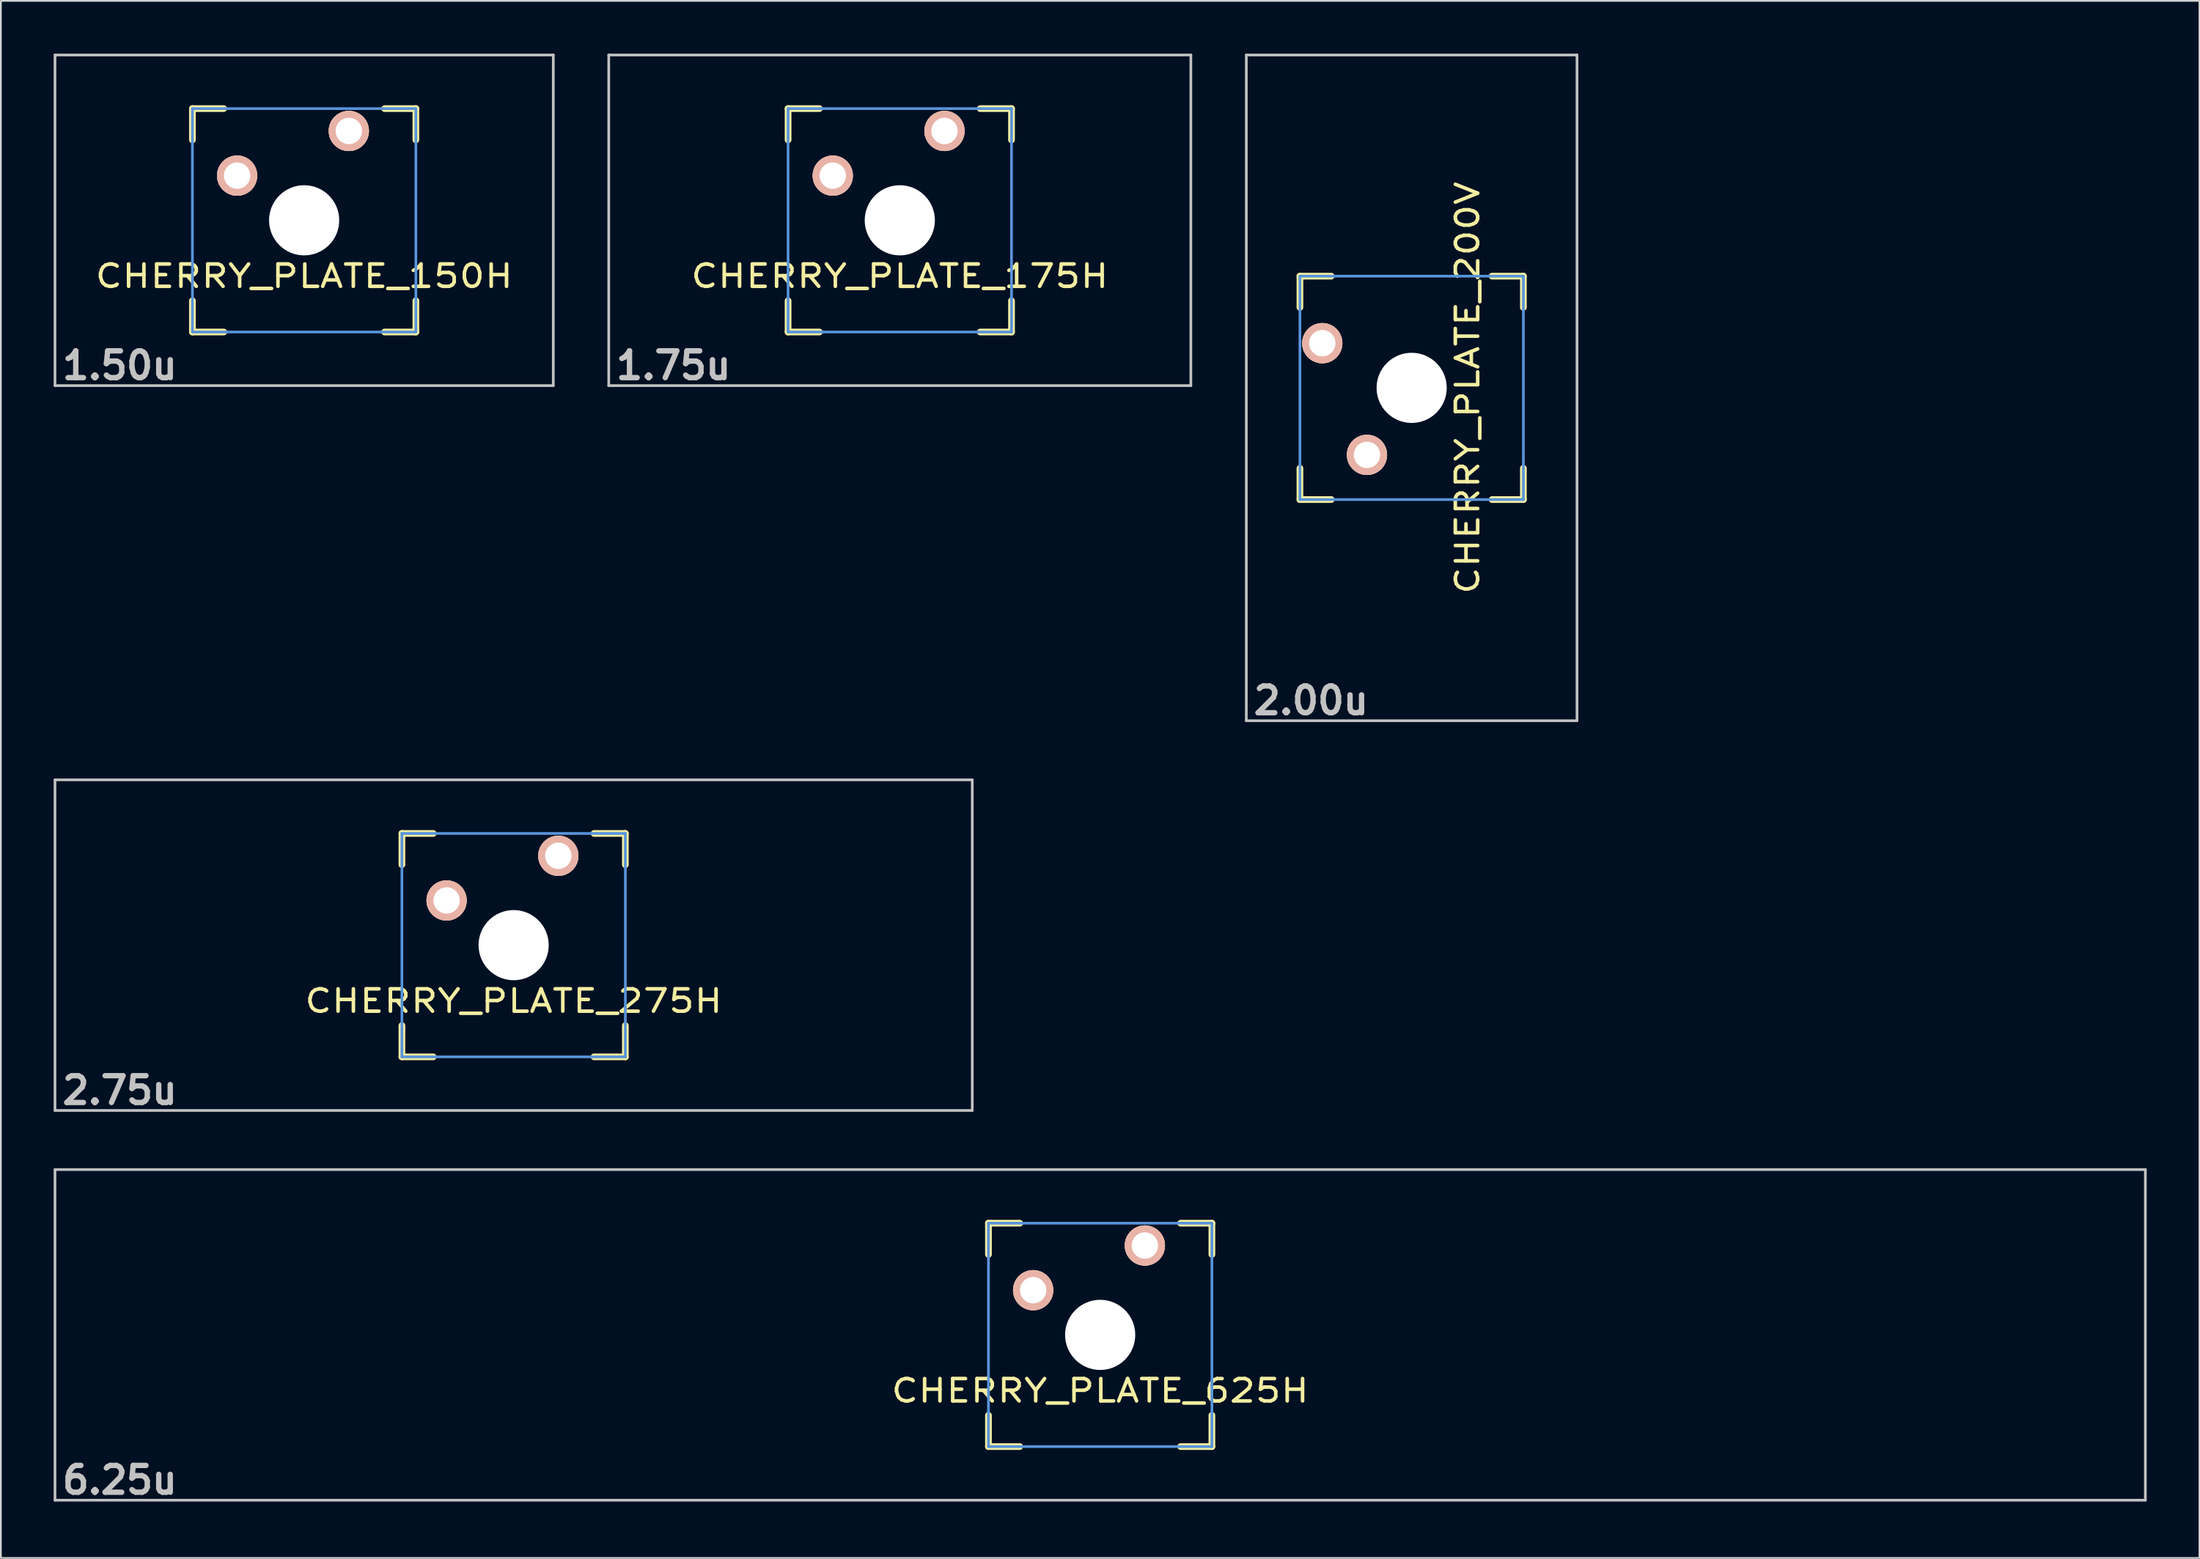
<source format=kicad_pcb>
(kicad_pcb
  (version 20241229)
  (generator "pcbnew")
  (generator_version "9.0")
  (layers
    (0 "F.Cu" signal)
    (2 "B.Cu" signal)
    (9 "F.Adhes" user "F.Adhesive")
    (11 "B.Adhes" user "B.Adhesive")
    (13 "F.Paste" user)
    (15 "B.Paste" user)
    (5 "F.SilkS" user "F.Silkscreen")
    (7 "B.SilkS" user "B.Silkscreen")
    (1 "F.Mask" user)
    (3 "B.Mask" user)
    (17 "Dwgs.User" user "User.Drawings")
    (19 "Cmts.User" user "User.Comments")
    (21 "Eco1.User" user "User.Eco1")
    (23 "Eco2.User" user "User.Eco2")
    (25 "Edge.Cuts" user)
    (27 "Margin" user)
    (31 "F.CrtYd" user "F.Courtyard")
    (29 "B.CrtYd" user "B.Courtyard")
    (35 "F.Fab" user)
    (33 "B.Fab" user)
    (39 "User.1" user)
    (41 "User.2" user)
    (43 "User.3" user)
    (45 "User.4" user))
  (footprint "CHERRY_PLATE_200V"
    (layer "F.Cu")
    (at 77.186 18.999)
    (property "Reference" "CHERRY_PLATE_200V" (at 3.175 0 90) (layer "F.SilkS") (effects (font (size 1.27 1.524) (thickness 0.203))))
    (attr through_hole)
    (fp_line (start -6.35 -6.35) (end -4.572 -6.35) (stroke (width 0.381) (type solid)) (layer "F.SilkS"))
    (fp_line (start -6.35 -4.572) (end -6.35 -6.35) (stroke (width 0.381) (type solid)) (layer "F.SilkS"))
    (fp_line (start -6.35 6.35) (end -6.35 4.572) (stroke (width 0.381) (type solid)) (layer "F.SilkS"))
    (fp_line (start -4.572 6.35) (end -6.35 6.35) (stroke (width 0.381) (type solid)) (layer "F.SilkS"))
    (fp_line (start 4.572 -6.35) (end 6.35 -6.35) (stroke (width 0.381) (type solid)) (layer "F.SilkS"))
    (fp_line (start 6.35 -6.35) (end 6.35 -4.572) (stroke (width 0.381) (type solid)) (layer "F.SilkS"))
    (fp_line (start 6.35 4.572) (end 6.35 6.35) (stroke (width 0.381) (type solid)) (layer "F.SilkS"))
    (fp_line (start 6.35 6.35) (end 4.572 6.35) (stroke (width 0.381) (type solid)) (layer "F.SilkS"))
    (fp_line (start -9.398 -18.923) (end 9.398 -18.923) (stroke (width 0.152) (type solid)) (layer "Dwgs.User"))
    (fp_line (start -9.398 18.923) (end -9.398 -18.923) (stroke (width 0.152) (type solid)) (layer "Dwgs.User"))
    (fp_line (start 9.398 -18.923) (end 9.398 18.923) (stroke (width 0.152) (type solid)) (layer "Dwgs.User"))
    (fp_line (start 9.398 18.923) (end -9.398 18.923) (stroke (width 0.152) (type solid)) (layer "Dwgs.User"))
    (fp_line (start -6.35 -6.35) (end 6.35 -6.35) (stroke (width 0.152) (type solid)) (layer "Cmts.User"))
    (fp_line (start -6.35 6.35) (end -6.35 -6.35) (stroke (width 0.152) (type solid)) (layer "Cmts.User"))
    (fp_line (start 6.35 -6.35) (end 6.35 6.35) (stroke (width 0.152) (type solid)) (layer "Cmts.User"))
    (fp_line (start 6.35 6.35) (end -6.35 6.35) (stroke (width 0.152) (type solid)) (layer "Cmts.User"))
    (fp_text user "2.00u" (at -5.715 17.78 0) (layer "Dwgs.User") (effects (font (size 1.524 1.524) (thickness 0.305))))
    (pad "" np_thru_hole circle (at 0 0 90) (size 3.988 3.988) (drill 3.988) (layers "*.Cu"))
    (pad "1" thru_hole circle (at -5.08 -2.54 90) (size 2.286 2.286) (drill 1.499) (layers "*.Cu" "*.SilkS" "*.Mask"))
    (pad "2" thru_hole circle (at -2.54 3.81 90) (size 2.286 2.286) (drill 1.499) (layers "*.Cu" "*.SilkS" "*.Mask")))
  (footprint "CHERRY_PLATE_150H"
    (layer "F.Cu")
    (at 14.237 9.474)
    (property "Reference" "CHERRY_PLATE_150H" (at 0 3.175 0) (layer "F.SilkS") (effects (font (size 1.27 1.524) (thickness 0.203))))
    (attr through_hole)
    (fp_line (start -6.35 -6.35) (end -4.572 -6.35) (stroke (width 0.381) (type solid)) (layer "F.SilkS"))
    (fp_line (start -6.35 -4.572) (end -6.35 -6.35) (stroke (width 0.381) (type solid)) (layer "F.SilkS"))
    (fp_line (start -6.35 6.35) (end -6.35 4.572) (stroke (width 0.381) (type solid)) (layer "F.SilkS"))
    (fp_line (start -4.572 6.35) (end -6.35 6.35) (stroke (width 0.381) (type solid)) (layer "F.SilkS"))
    (fp_line (start 4.572 -6.35) (end 6.35 -6.35) (stroke (width 0.381) (type solid)) (layer "F.SilkS"))
    (fp_line (start 6.35 -6.35) (end 6.35 -4.572) (stroke (width 0.381) (type solid)) (layer "F.SilkS"))
    (fp_line (start 6.35 4.572) (end 6.35 6.35) (stroke (width 0.381) (type solid)) (layer "F.SilkS"))
    (fp_line (start 6.35 6.35) (end 4.572 6.35) (stroke (width 0.381) (type solid)) (layer "F.SilkS"))
    (fp_line (start -14.161 -9.398) (end 14.161 -9.398) (stroke (width 0.152) (type solid)) (layer "Dwgs.User"))
    (fp_line (start -14.161 9.398) (end -14.161 -9.398) (stroke (width 0.152) (type solid)) (layer "Dwgs.User"))
    (fp_line (start 14.161 -9.398) (end 14.161 9.398) (stroke (width 0.152) (type solid)) (layer "Dwgs.User"))
    (fp_line (start 14.161 9.398) (end -14.161 9.398) (stroke (width 0.152) (type solid)) (layer "Dwgs.User"))
    (fp_line (start -6.35 -6.35) (end 6.35 -6.35) (stroke (width 0.152) (type solid)) (layer "Cmts.User"))
    (fp_line (start -6.35 6.35) (end -6.35 -6.35) (stroke (width 0.152) (type solid)) (layer "Cmts.User"))
    (fp_line (start 6.35 -6.35) (end 6.35 6.35) (stroke (width 0.152) (type solid)) (layer "Cmts.User"))
    (fp_line (start 6.35 6.35) (end -6.35 6.35) (stroke (width 0.152) (type solid)) (layer "Cmts.User"))
    (fp_text user "1.50u" (at -10.477 8.255 0) (layer "Dwgs.User") (effects (font (size 1.524 1.524) (thickness 0.305))))
    (pad "" np_thru_hole circle (at 0 0) (size 3.988 3.988) (drill 3.988) (layers "*.Cu"))
    (pad "1" thru_hole circle (at 2.54 -5.08) (size 2.286 2.286) (drill 1.499) (layers "*.Cu" "*.SilkS" "*.Mask"))
    (pad "2" thru_hole circle (at -3.81 -2.54) (size 2.286 2.286) (drill 1.499) (layers "*.Cu" "*.SilkS" "*.Mask")))
  (footprint "CHERRY_PLATE_175H"
    (layer "F.Cu")
    (at 48.093 9.474)
    (property "Reference" "CHERRY_PLATE_175H" (at 0 3.175 0) (layer "F.SilkS") (effects (font (size 1.27 1.524) (thickness 0.203))))
    (attr through_hole)
    (fp_line (start -6.35 -6.35) (end -4.572 -6.35) (stroke (width 0.381) (type solid)) (layer "F.SilkS"))
    (fp_line (start -6.35 -4.572) (end -6.35 -6.35) (stroke (width 0.381) (type solid)) (layer "F.SilkS"))
    (fp_line (start -6.35 6.35) (end -6.35 4.572) (stroke (width 0.381) (type solid)) (layer "F.SilkS"))
    (fp_line (start -4.572 6.35) (end -6.35 6.35) (stroke (width 0.381) (type solid)) (layer "F.SilkS"))
    (fp_line (start 4.572 -6.35) (end 6.35 -6.35) (stroke (width 0.381) (type solid)) (layer "F.SilkS"))
    (fp_line (start 6.35 -6.35) (end 6.35 -4.572) (stroke (width 0.381) (type solid)) (layer "F.SilkS"))
    (fp_line (start 6.35 4.572) (end 6.35 6.35) (stroke (width 0.381) (type solid)) (layer "F.SilkS"))
    (fp_line (start 6.35 6.35) (end 4.572 6.35) (stroke (width 0.381) (type solid)) (layer "F.SilkS"))
    (fp_line (start -16.543 -9.398) (end 16.543 -9.398) (stroke (width 0.152) (type solid)) (layer "Dwgs.User"))
    (fp_line (start -16.543 9.398) (end -16.543 -9.398) (stroke (width 0.152) (type solid)) (layer "Dwgs.User"))
    (fp_line (start 16.543 -9.398) (end 16.543 9.398) (stroke (width 0.152) (type solid)) (layer "Dwgs.User"))
    (fp_line (start 16.543 9.398) (end -16.543 9.398) (stroke (width 0.152) (type solid)) (layer "Dwgs.User"))
    (fp_line (start -6.35 -6.35) (end 6.35 -6.35) (stroke (width 0.152) (type solid)) (layer "Cmts.User"))
    (fp_line (start -6.35 6.35) (end -6.35 -6.35) (stroke (width 0.152) (type solid)) (layer "Cmts.User"))
    (fp_line (start 6.35 -6.35) (end 6.35 6.35) (stroke (width 0.152) (type solid)) (layer "Cmts.User"))
    (fp_line (start 6.35 6.35) (end -6.35 6.35) (stroke (width 0.152) (type solid)) (layer "Cmts.User"))
    (fp_text user "1.75u" (at -12.86 8.255 0) (layer "Dwgs.User") (effects (font (size 1.524 1.524) (thickness 0.305))))
    (pad "" np_thru_hole circle (at 0 0) (size 3.988 3.988) (drill 3.988) (layers "*.Cu"))
    (pad "1" thru_hole circle (at 2.54 -5.08) (size 2.286 2.286) (drill 1.499) (layers "*.Cu" "*.SilkS" "*.Mask"))
    (pad "2" thru_hole circle (at -3.81 -2.54) (size 2.286 2.286) (drill 1.499) (layers "*.Cu" "*.SilkS" "*.Mask")))
  (footprint "CHERRY_PLATE_275H"
    (layer "F.Cu")
    (at 26.144 50.68)
    (property "Reference" "CHERRY_PLATE_275H" (at 0 3.175 0) (layer "F.SilkS") (effects (font (size 1.27 1.524) (thickness 0.203))))
    (attr through_hole)
    (fp_line (start -6.35 -6.35) (end -4.572 -6.35) (stroke (width 0.381) (type solid)) (layer "F.SilkS"))
    (fp_line (start -6.35 -4.572) (end -6.35 -6.35) (stroke (width 0.381) (type solid)) (layer "F.SilkS"))
    (fp_line (start -6.35 6.35) (end -6.35 4.572) (stroke (width 0.381) (type solid)) (layer "F.SilkS"))
    (fp_line (start -4.572 6.35) (end -6.35 6.35) (stroke (width 0.381) (type solid)) (layer "F.SilkS"))
    (fp_line (start 4.572 -6.35) (end 6.35 -6.35) (stroke (width 0.381) (type solid)) (layer "F.SilkS"))
    (fp_line (start 6.35 -6.35) (end 6.35 -4.572) (stroke (width 0.381) (type solid)) (layer "F.SilkS"))
    (fp_line (start 6.35 4.572) (end 6.35 6.35) (stroke (width 0.381) (type solid)) (layer "F.SilkS"))
    (fp_line (start 6.35 6.35) (end 4.572 6.35) (stroke (width 0.381) (type solid)) (layer "F.SilkS"))
    (fp_line (start -26.068 -9.398) (end 26.068 -9.398) (stroke (width 0.152) (type solid)) (layer "Dwgs.User"))
    (fp_line (start -26.068 9.398) (end -26.068 -9.398) (stroke (width 0.152) (type solid)) (layer "Dwgs.User"))
    (fp_line (start 26.068 -9.398) (end 26.068 9.398) (stroke (width 0.152) (type solid)) (layer "Dwgs.User"))
    (fp_line (start 26.068 9.398) (end -26.068 9.398) (stroke (width 0.152) (type solid)) (layer "Dwgs.User"))
    (fp_line (start -6.35 -6.35) (end 6.35 -6.35) (stroke (width 0.152) (type solid)) (layer "Cmts.User"))
    (fp_line (start -6.35 6.35) (end -6.35 -6.35) (stroke (width 0.152) (type solid)) (layer "Cmts.User"))
    (fp_line (start 6.35 -6.35) (end 6.35 6.35) (stroke (width 0.152) (type solid)) (layer "Cmts.User"))
    (fp_line (start 6.35 6.35) (end -6.35 6.35) (stroke (width 0.152) (type solid)) (layer "Cmts.User"))
    (fp_text user "2.75u" (at -22.385 8.255 0) (layer "Dwgs.User") (effects (font (size 1.524 1.524) (thickness 0.305))))
    (pad "" np_thru_hole circle (at 0 0) (size 3.988 3.988) (drill 3.988) (layers "*.Cu"))
    (pad "1" thru_hole circle (at 2.54 -5.08) (size 2.286 2.286) (drill 1.499) (layers "*.Cu" "*.SilkS" "*.Mask"))
    (pad "2" thru_hole circle (at -3.81 -2.54) (size 2.286 2.286) (drill 1.499) (layers "*.Cu" "*.SilkS" "*.Mask")))
  (footprint "CHERRY_PLATE_625H"
    (layer "F.Cu")
    (at 59.482 72.836)
    (property "Reference" "CHERRY_PLATE_625H" (at 0 3.175 0) (layer "F.SilkS") (effects (font (size 1.27 1.524) (thickness 0.203))))
    (attr through_hole)
    (fp_line (start -6.35 -6.35) (end -4.572 -6.35) (stroke (width 0.381) (type solid)) (layer "F.SilkS"))
    (fp_line (start -6.35 -4.572) (end -6.35 -6.35) (stroke (width 0.381) (type solid)) (layer "F.SilkS"))
    (fp_line (start -6.35 6.35) (end -6.35 4.572) (stroke (width 0.381) (type solid)) (layer "F.SilkS"))
    (fp_line (start -4.572 6.35) (end -6.35 6.35) (stroke (width 0.381) (type solid)) (layer "F.SilkS"))
    (fp_line (start 4.572 -6.35) (end 6.35 -6.35) (stroke (width 0.381) (type solid)) (layer "F.SilkS"))
    (fp_line (start 6.35 -6.35) (end 6.35 -4.572) (stroke (width 0.381) (type solid)) (layer "F.SilkS"))
    (fp_line (start 6.35 4.572) (end 6.35 6.35) (stroke (width 0.381) (type solid)) (layer "F.SilkS"))
    (fp_line (start 6.35 6.35) (end 4.572 6.35) (stroke (width 0.381) (type solid)) (layer "F.SilkS"))
    (fp_line (start -59.406 -9.398) (end 59.406 -9.398) (stroke (width 0.152) (type solid)) (layer "Dwgs.User"))
    (fp_line (start -59.406 9.398) (end -59.406 -9.398) (stroke (width 0.152) (type solid)) (layer "Dwgs.User"))
    (fp_line (start 59.406 -9.398) (end 59.406 9.398) (stroke (width 0.152) (type solid)) (layer "Dwgs.User"))
    (fp_line (start 59.406 9.398) (end -59.406 9.398) (stroke (width 0.152) (type solid)) (layer "Dwgs.User"))
    (fp_line (start -6.35 -6.35) (end 6.35 -6.35) (stroke (width 0.152) (type solid)) (layer "Cmts.User"))
    (fp_line (start -6.35 6.35) (end -6.35 -6.35) (stroke (width 0.152) (type solid)) (layer "Cmts.User"))
    (fp_line (start 6.35 -6.35) (end 6.35 6.35) (stroke (width 0.152) (type solid)) (layer "Cmts.User"))
    (fp_line (start 6.35 6.35) (end -6.35 6.35) (stroke (width 0.152) (type solid)) (layer "Cmts.User"))
    (fp_text user "6.25u" (at -55.723 8.255 0) (layer "Dwgs.User") (effects (font (size 1.524 1.524) (thickness 0.305))))
    (pad "" np_thru_hole circle (at 0 0) (size 3.988 3.988) (drill 3.988) (layers "*.Cu"))
    (pad "1" thru_hole circle (at 2.54 -5.08) (size 2.286 2.286) (drill 1.499) (layers "*.Cu" "*.SilkS" "*.Mask"))
    (pad "2" thru_hole circle (at -3.81 -2.54) (size 2.286 2.286) (drill 1.499) (layers "*.Cu" "*.SilkS" "*.Mask")))
  (gr_rect
    (start -3 -3)
    (end 121.963 85.517)
    (stroke (width 0.1) (type default))
    (fill no)
    (layer "Edge.Cuts")))
</source>
